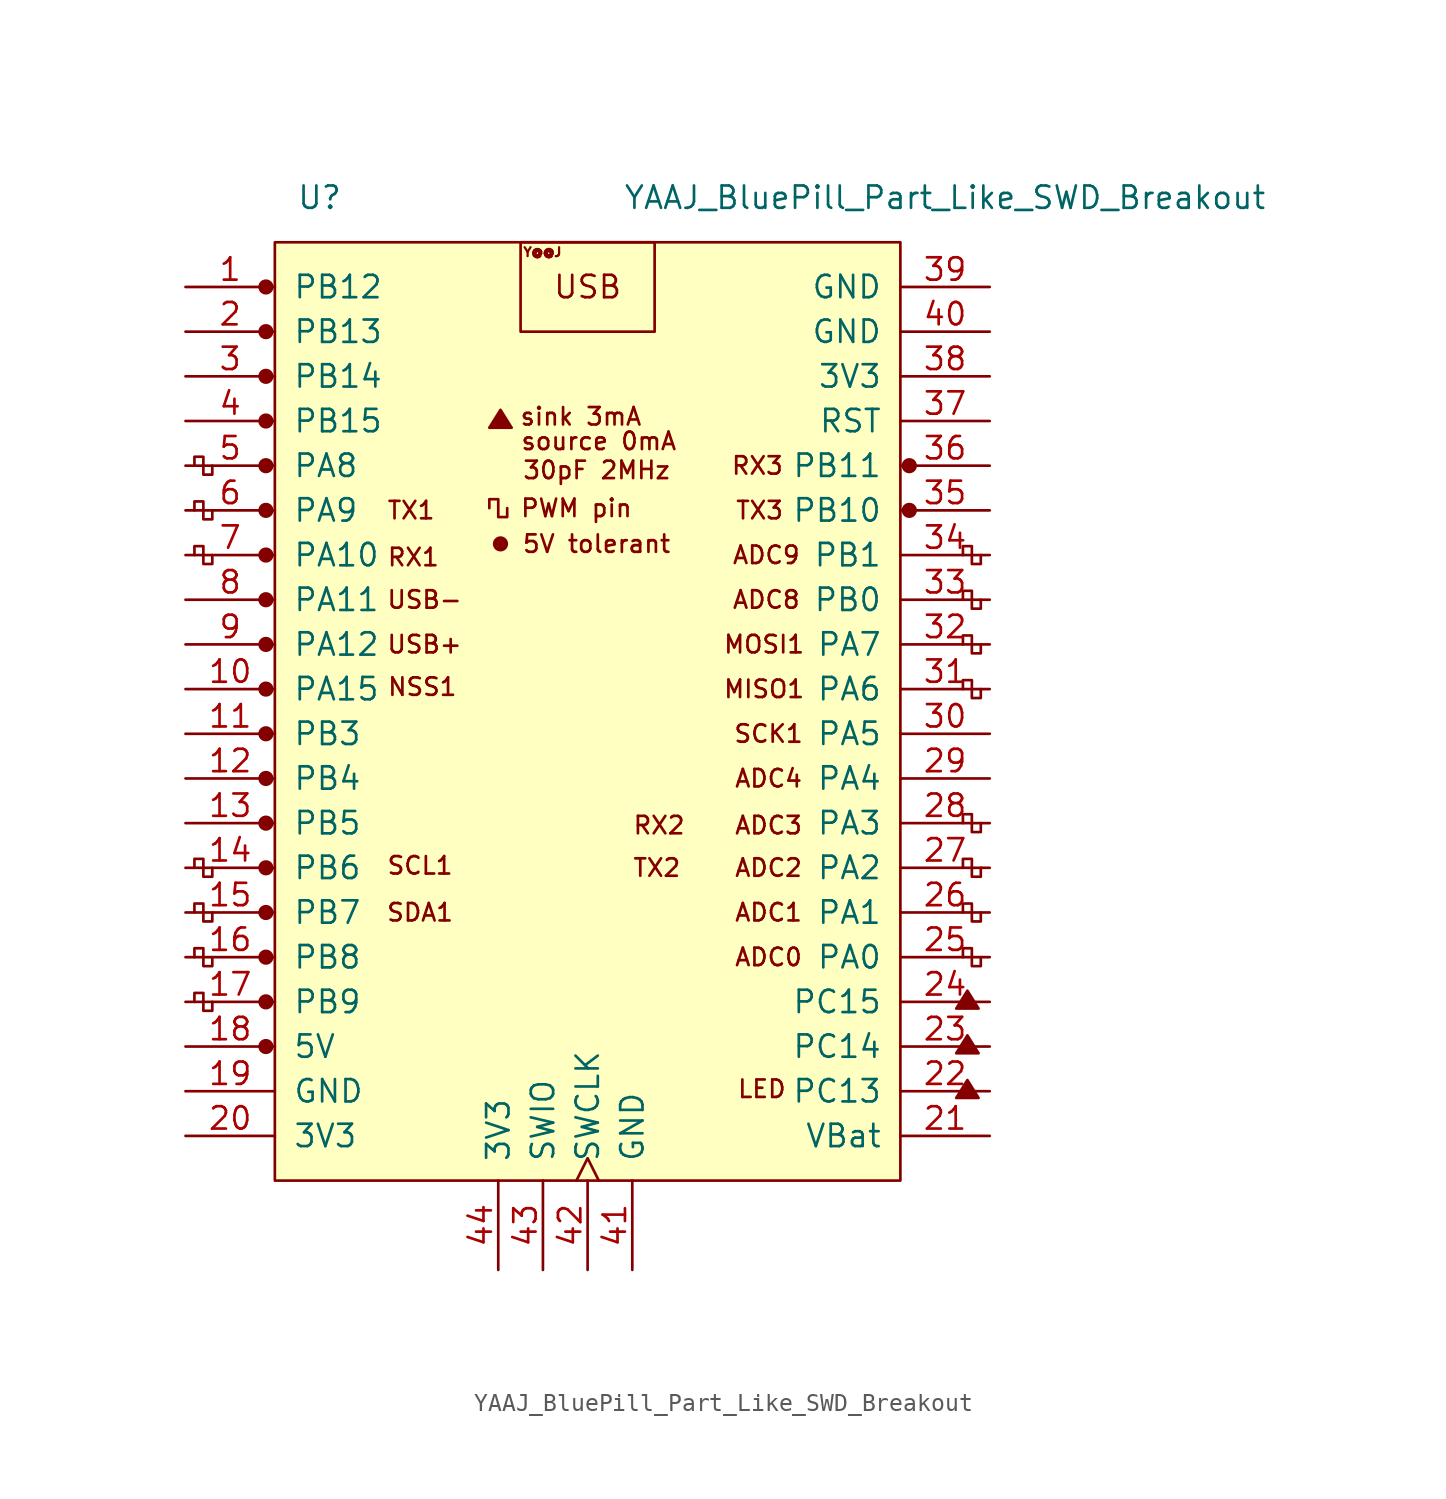
<source format=kicad_sym>
(kicad_symbol_lib
  (version 20211014)
  (generator kicad_symbol_editor)
  (symbol "YAAJ_BluePill_Part_Like_SWD_Breakout"
    (pin_names
      (offset 1.016))
    (property "Reference" "U"
      (at -15.24 27.94 0)
      (effects (font (size 1.27 1.27))))
    (property "Value" "YAAJ_BluePill_Part_Like_SWD_Breakout"
      (at 20.32 27.94 0)
      (effects (font (size 1.27 1.27))))
    (symbol "YAAJ_BluePill_Part_Like_SWD_Breakout_0_0"
      (circle (center -18.288 -20.32) (radius 0.356) (stroke (width 0) (type default) (color 0 0 0 0)) (fill (type outline)))
      (circle (center -18.288 -17.78) (radius 0.356) (stroke (width 0) (type default) (color 0 0 0 0)) (fill (type outline)))
      (circle (center -18.288 -15.24) (radius 0.356) (stroke (width 0) (type default) (color 0 0 0 0)) (fill (type outline)))
      (circle (center -18.288 -12.7) (radius 0.356) (stroke (width 0) (type default) (color 0 0 0 0)) (fill (type outline)))
      (circle (center -18.288 -10.16) (radius 0.356) (stroke (width 0) (type default) (color 0 0 0 0)) (fill (type outline)))
      (circle (center -18.288 -7.62) (radius 0.356) (stroke (width 0) (type default) (color 0 0 0 0)) (fill (type outline)))
      (circle (center -18.288 -5.08) (radius 0.356) (stroke (width 0) (type default) (color 0 0 0 0)) (fill (type outline)))
      (circle (center -18.288 -2.54) (radius 0.356) (stroke (width 0) (type default) (color 0 0 0 0)) (fill (type outline)))
      (circle (center -18.288 0) (radius 0.356) (stroke (width 0) (type default) (color 0 0 0 0)) (fill (type outline)))
      (circle (center -18.288 2.54) (radius 0.356) (stroke (width 0) (type default) (color 0 0 0 0)) (fill (type outline)))
      (circle (center -18.288 5.08) (radius 0.356) (stroke (width 0) (type default) (color 0 0 0 0)) (fill (type outline)))
      (circle (center -18.288 7.62) (radius 0.356) (stroke (width 0) (type default) (color 0 0 0 0)) (fill (type outline)))
      (circle (center -18.288 10.16) (radius 0.356) (stroke (width 0) (type default) (color 0 0 0 0)) (fill (type outline)))
      (circle (center -18.288 12.7) (radius 0.356) (stroke (width 0) (type default) (color 0 0 0 0)) (fill (type outline)))
      (circle (center -18.288 15.24) (radius 0.356) (stroke (width 0) (type default) (color 0 0 0 0)) (fill (type outline)))
      (circle (center -18.288 17.78) (radius 0.356) (stroke (width 0) (type default) (color 0 0 0 0)) (fill (type outline)))
      (circle (center -18.288 22.86) (radius 0.356) (stroke (width 0) (type default) (color 0 0 0 0)) (fill (type outline)))
      (circle (center -4.953 8.255) (radius 0.127) (stroke (width 0) (type default) (color 0 0 0 0)) (fill (type outline)))
      (circle (center -4.953 8.255) (radius 0.254) (stroke (width 0) (type default) (color 0 0 0 0)) (fill (type none)))
      (circle (center -4.953 8.255) (radius 0.356) (stroke (width 0) (type default) (color 0 0 0 0)) (fill (type none)))
      (polyline (pts (xy -5.588 14.859) (xy -4.953 15.875) (xy -4.318 14.859) (xy -5.588 14.859) (xy -4.953 15.748) (xy -4.445 14.859) (xy -5.461 14.986) (xy -4.953 15.621) (xy -4.572 14.859) (xy -5.334 15.113) (xy -4.826 15.494) (xy -4.699 14.859) (xy -5.207 15.24) (xy -4.699 15.367) (xy -4.826 14.986) (xy -5.08 15.24) (xy -4.826 15.113) (xy -4.953 15.367)) (stroke (width 0) (type default) (color 0 0 0 0)) (fill (type none)))
      (polyline (pts (xy 20.955 -23.241) (xy 21.59 -22.225) (xy 22.225 -23.241) (xy 20.955 -23.241) (xy 21.59 -22.352) (xy 22.098 -23.241) (xy 21.082 -23.114) (xy 21.59 -22.479) (xy 21.971 -23.241) (xy 21.209 -22.987) (xy 21.717 -22.606) (xy 21.844 -23.241) (xy 21.336 -22.86) (xy 21.844 -22.733) (xy 21.717 -23.114) (xy 21.463 -22.86) (xy 21.717 -22.987) (xy 21.59 -22.733)) (stroke (width 0) (type default) (color 0 0 0 0)) (fill (type none)))
      (polyline (pts (xy 20.955 -20.701) (xy 21.59 -19.685) (xy 22.225 -20.701) (xy 20.955 -20.701) (xy 21.59 -19.812) (xy 22.098 -20.701) (xy 21.082 -20.574) (xy 21.59 -19.939) (xy 21.971 -20.701) (xy 21.209 -20.447) (xy 21.717 -20.066) (xy 21.844 -20.701) (xy 21.336 -20.32) (xy 21.844 -20.193) (xy 21.717 -20.574) (xy 21.463 -20.32) (xy 21.717 -20.447) (xy 21.59 -20.193)) (stroke (width 0) (type default) (color 0 0 0 0)) (fill (type none)))
      (polyline (pts (xy 20.955 -18.161) (xy 21.59 -17.145) (xy 22.225 -18.161) (xy 20.955 -18.161) (xy 21.59 -17.272) (xy 22.098 -18.161) (xy 21.082 -18.034) (xy 21.59 -17.399) (xy 21.971 -18.161) (xy 21.209 -17.907) (xy 21.717 -17.526) (xy 21.844 -18.161) (xy 21.336 -17.78) (xy 21.844 -17.653) (xy 21.717 -18.034) (xy 21.463 -17.78) (xy 21.717 -17.907) (xy 21.59 -17.653)) (stroke (width 0) (type default) (color 0 0 0 0)) (fill (type none)))
      (circle (center 18.288 10.16) (radius 0.254) (stroke (width 0) (type default) (color 0 0 0 0)) (fill (type outline)))
      (circle (center 18.288 10.16) (radius 0.356) (stroke (width 0) (type default) (color 0 0 0 0)) (fill (type none)))
      (circle (center 18.288 12.7) (radius 0.254) (stroke (width 0) (type default) (color 0 0 0 0)) (fill (type outline)))
      (circle (center 18.288 12.7) (radius 0.356) (stroke (width 0) (type default) (color 0 0 0 0)) (fill (type none)))
      (text "30pF 2MHz" (at 0.508 12.446 0) (effects (font (size 0.991 0.991))))
      (text "5V tolerant" (at 0.508 8.255 0) (effects (font (size 0.991 0.991))))
      (text "ADC0" (at 10.287 -15.24 0) (effects (font (size 0.991 0.991))))
      (text "ADC1" (at 10.287 -12.7 0) (effects (font (size 0.991 0.991))))
      (text "ADC2" (at 10.287 -10.16 0) (effects (font (size 0.991 0.991))))
      (text "ADC3" (at 10.287 -7.747 0) (effects (font (size 0.991 0.991))))
      (text "ADC4" (at 10.287 -5.08 0) (effects (font (size 0.991 0.991))))
      (text "ADC8" (at 10.16 5.08 0) (effects (font (size 0.991 0.991))))
      (text "ADC9" (at 10.16 7.62 0) (effects (font (size 0.991 0.991))))
      (text "LED" (at 9.906 -22.733 0) (effects (font (size 0.991 0.991))))
      (text "MISO1" (at 10.033 0 0) (effects (font (size 0.991 0.991))))
      (text "MOSI1" (at 10.033 2.54 0) (effects (font (size 0.991 0.991))))
      (text "NSS1" (at -9.398 0.127 0) (effects (font (size 0.991 0.991))))
      (text "PWM pin" (at -0.635 10.287 0) (effects (font (size 0.991 0.991))))
      (text "RX1" (at -9.906 7.493 0) (effects (font (size 0.991 0.991))))
      (text "RX2" (at 4.064 -7.747 0) (effects (font (size 0.991 0.991))))
      (text "RX3" (at 9.652 12.7 0) (effects (font (size 0.991 0.991))))
      (text "SCK1" (at 10.287 -2.54 0) (effects (font (size 0.991 0.991))))
      (text "SCL1" (at -9.525 -10.033 0) (effects (font (size 0.991 0.991))))
      (text "SDA1" (at -9.525 -12.7 0) (effects (font (size 0.991 0.991))))
      (text "sink 3mA" (at -0.381 15.494 0) (effects (font (size 0.991 0.991))))
      (text "source 0mA" (at 0.635 14.097 0) (effects (font (size 0.991 0.991))))
      (text "TX1" (at -10.033 10.16 0) (effects (font (size 0.991 0.991))))
      (text "TX2" (at 3.937 -10.16 0) (effects (font (size 0.991 0.991))))
      (text "TX3" (at 9.779 10.16 0) (effects (font (size 0.991 0.991))))
      (text "USB" (at 0 22.86 0) (effects (font (size 1.27 1.27))))
      (text "USB+" (at -9.271 2.54 0) (effects (font (size 0.991 0.991))))
      (text "USB-" (at -9.271 5.08 0) (effects (font (size 0.991 0.991))))
      (text "Y@@J" (at -2.565 24.841 0) (effects (font (size 0.508 0.508)))))
    (symbol "YAAJ_BluePill_Part_Like_SWD_Breakout_0_1"
      (rectangle (start -17.78 25.4) (end 17.78 -27.94) (stroke (width 0) (type default) (color 0 0 0 0)) (fill (type background)))
      (polyline (pts (xy -21.336 -17.78) (xy -21.336 -18.288) (xy -21.844 -18.288) (xy -21.844 -17.272) (xy -22.352 -17.272) (xy -22.352 -17.78)) (stroke (width 0) (type default) (color 0 0 0 0)) (fill (type none)))
      (polyline (pts (xy -21.336 -15.24) (xy -21.336 -15.748) (xy -21.844 -15.748) (xy -21.844 -14.732) (xy -22.352 -14.732) (xy -22.352 -15.24)) (stroke (width 0) (type default) (color 0 0 0 0)) (fill (type none)))
      (polyline (pts (xy -21.336 -12.7) (xy -21.336 -13.208) (xy -21.844 -13.208) (xy -21.844 -12.192) (xy -22.352 -12.192) (xy -22.352 -12.7)) (stroke (width 0) (type default) (color 0 0 0 0)) (fill (type none)))
      (polyline (pts (xy -21.336 -10.16) (xy -21.336 -10.668) (xy -21.844 -10.668) (xy -21.844 -9.652) (xy -22.352 -9.652) (xy -22.352 -10.16)) (stroke (width 0) (type default) (color 0 0 0 0)) (fill (type none)))
      (polyline (pts (xy -21.336 7.62) (xy -21.336 7.112) (xy -21.844 7.112) (xy -21.844 8.128) (xy -22.352 8.128) (xy -22.352 7.62)) (stroke (width 0) (type default) (color 0 0 0 0)) (fill (type none)))
      (polyline (pts (xy -21.336 10.16) (xy -21.336 9.652) (xy -21.844 9.652) (xy -21.844 10.668) (xy -22.352 10.668) (xy -22.352 10.16)) (stroke (width 0) (type default) (color 0 0 0 0)) (fill (type none)))
      (polyline (pts (xy -21.336 12.7) (xy -21.336 12.192) (xy -21.844 12.192) (xy -21.844 13.208) (xy -22.352 13.208) (xy -22.352 12.7)) (stroke (width 0) (type default) (color 0 0 0 0)) (fill (type none)))
      (polyline (pts (xy -4.572 10.287) (xy -4.572 9.779) (xy -5.08 9.779) (xy -5.08 10.795) (xy -5.588 10.795) (xy -5.588 10.287)) (stroke (width 0) (type default) (color 0 0 0 0)) (fill (type none)))
      (polyline (pts (xy 22.352 -15.24) (xy 22.352 -15.748) (xy 21.844 -15.748) (xy 21.844 -14.732) (xy 21.336 -14.732) (xy 21.336 -15.24)) (stroke (width 0) (type default) (color 0 0 0 0)) (fill (type none)))
      (polyline (pts (xy 22.352 -12.7) (xy 22.352 -13.208) (xy 21.844 -13.208) (xy 21.844 -12.192) (xy 21.336 -12.192) (xy 21.336 -12.7)) (stroke (width 0) (type default) (color 0 0 0 0)) (fill (type none)))
      (polyline (pts (xy 22.352 -10.16) (xy 22.352 -10.668) (xy 21.844 -10.668) (xy 21.844 -9.652) (xy 21.336 -9.652) (xy 21.336 -10.16)) (stroke (width 0) (type default) (color 0 0 0 0)) (fill (type none)))
      (polyline (pts (xy 22.352 -7.62) (xy 22.352 -8.128) (xy 21.844 -8.128) (xy 21.844 -7.112) (xy 21.336 -7.112) (xy 21.336 -7.62)) (stroke (width 0) (type default) (color 0 0 0 0)) (fill (type none)))
      (polyline (pts (xy 22.352 0) (xy 22.352 -0.508) (xy 21.844 -0.508) (xy 21.844 0.508) (xy 21.336 0.508) (xy 21.336 0)) (stroke (width 0) (type default) (color 0 0 0 0)) (fill (type none)))
      (polyline (pts (xy 22.352 2.54) (xy 22.352 2.032) (xy 21.844 2.032) (xy 21.844 3.048) (xy 21.336 3.048) (xy 21.336 2.54)) (stroke (width 0) (type default) (color 0 0 0 0)) (fill (type none)))
      (polyline (pts (xy 22.352 5.08) (xy 22.352 4.572) (xy 21.844 4.572) (xy 21.844 5.588) (xy 21.336 5.588) (xy 21.336 5.08)) (stroke (width 0) (type default) (color 0 0 0 0)) (fill (type none)))
      (polyline (pts (xy 22.352 7.62) (xy 22.352 7.112) (xy 21.844 7.112) (xy 21.844 8.128) (xy 21.336 8.128) (xy 21.336 7.62)) (stroke (width 0) (type default) (color 0 0 0 0)) (fill (type none)))
      (rectangle (start 3.81 25.4) (end -3.81 20.32) (stroke (width 0) (type default) (color 0 0 0 0)) (fill (type none))))
    (symbol "YAAJ_BluePill_Part_Like_SWD_Breakout_1_1"
      (circle (center -18.288 20.32) (radius 0.356) (stroke (width 0) (type default) (color 0 0 0 0)) (fill (type outline)))
      (pin bidirectional line (at -22.86 22.86 0) (length 5.08) (name "PB12" (effects (font (size 1.27 1.27)))) (number "1" (effects (font (size 1.27 1.27)))))
      (pin bidirectional line (at -22.86 0 0) (length 5.08) (name "PA15" (effects (font (size 1.27 1.27)))) (number "10" (effects (font (size 1.27 1.27)))))
      (pin bidirectional line (at -22.86 -2.54 0) (length 5.08) (name "PB3" (effects (font (size 1.27 1.27)))) (number "11" (effects (font (size 1.27 1.27)))))
      (pin bidirectional line (at -22.86 -5.08 0) (length 5.08) (name "PB4" (effects (font (size 1.27 1.27)))) (number "12" (effects (font (size 1.27 1.27)))))
      (pin bidirectional line (at -22.86 -7.62 0) (length 5.08) (name "PB5" (effects (font (size 1.27 1.27)))) (number "13" (effects (font (size 1.27 1.27)))))
      (pin bidirectional line (at -22.86 -10.16 0) (length 5.08) (name "PB6" (effects (font (size 1.27 1.27)))) (number "14" (effects (font (size 1.27 1.27)))))
      (pin bidirectional line (at -22.86 -12.7 0) (length 5.08) (name "PB7" (effects (font (size 1.27 1.27)))) (number "15" (effects (font (size 1.27 1.27)))))
      (pin bidirectional line (at -22.86 -15.24 0) (length 5.08) (name "PB8" (effects (font (size 1.27 1.27)))) (number "16" (effects (font (size 1.27 1.27)))))
      (pin bidirectional line (at -22.86 -17.78 0) (length 5.08) (name "PB9" (effects (font (size 1.27 1.27)))) (number "17" (effects (font (size 1.27 1.27)))))
      (pin power_in line (at -22.86 -20.32 0) (length 5.08) (name "5V" (effects (font (size 1.27 1.27)))) (number "18" (effects (font (size 1.27 1.27)))))
      (pin power_in line (at -22.86 -22.86 0) (length 5.08) (name "GND" (effects (font (size 1.27 1.27)))) (number "19" (effects (font (size 1.27 1.27)))))
      (pin bidirectional line (at -22.86 20.32 0) (length 5.08) (name "PB13" (effects (font (size 1.27 1.27)))) (number "2" (effects (font (size 1.27 1.27)))))
      (pin power_in line (at -22.86 -25.4 0) (length 5.08) (name "3V3" (effects (font (size 1.27 1.27)))) (number "20" (effects (font (size 1.27 1.27)))))
      (pin power_in line (at 22.86 -25.4 180) (length 5.08) (name "VBat" (effects (font (size 1.27 1.27)))) (number "21" (effects (font (size 1.27 1.27)))))
      (pin bidirectional line (at 22.86 -22.86 180) (length 5.08) (name "PC13" (effects (font (size 1.27 1.27)))) (number "22" (effects (font (size 1.27 1.27)))))
      (pin bidirectional line (at 22.86 -20.32 180) (length 5.08) (name "PC14" (effects (font (size 1.27 1.27)))) (number "23" (effects (font (size 1.27 1.27)))))
      (pin bidirectional line (at 22.86 -17.78 180) (length 5.08) (name "PC15" (effects (font (size 1.27 1.27)))) (number "24" (effects (font (size 1.27 1.27)))))
      (pin bidirectional line (at 22.86 -15.24 180) (length 5.08) (name "PA0" (effects (font (size 1.27 1.27)))) (number "25" (effects (font (size 1.27 1.27)))))
      (pin bidirectional line (at 22.86 -12.7 180) (length 5.08) (name "PA1" (effects (font (size 1.27 1.27)))) (number "26" (effects (font (size 1.27 1.27)))))
      (pin bidirectional line (at 22.86 -10.16 180) (length 5.08) (name "PA2" (effects (font (size 1.27 1.27)))) (number "27" (effects (font (size 1.27 1.27)))))
      (pin bidirectional line (at 22.86 -7.62 180) (length 5.08) (name "PA3" (effects (font (size 1.27 1.27)))) (number "28" (effects (font (size 1.27 1.27)))))
      (pin bidirectional line (at 22.86 -5.08 180) (length 5.08) (name "PA4" (effects (font (size 1.27 1.27)))) (number "29" (effects (font (size 1.27 1.27)))))
      (pin bidirectional line (at -22.86 17.78 0) (length 5.08) (name "PB14" (effects (font (size 1.27 1.27)))) (number "3" (effects (font (size 1.27 1.27)))))
      (pin bidirectional line (at 22.86 -2.54 180) (length 5.08) (name "PA5" (effects (font (size 1.27 1.27)))) (number "30" (effects (font (size 1.27 1.27)))))
      (pin bidirectional line (at 22.86 0 180) (length 5.08) (name "PA6" (effects (font (size 1.27 1.27)))) (number "31" (effects (font (size 1.27 1.27)))))
      (pin bidirectional line (at 22.86 2.54 180) (length 5.08) (name "PA7" (effects (font (size 1.27 1.27)))) (number "32" (effects (font (size 1.27 1.27)))))
      (pin bidirectional line (at 22.86 5.08 180) (length 5.08) (name "PB0" (effects (font (size 1.27 1.27)))) (number "33" (effects (font (size 1.27 1.27)))))
      (pin bidirectional line (at 22.86 7.62 180) (length 5.08) (name "PB1" (effects (font (size 1.27 1.27)))) (number "34" (effects (font (size 1.27 1.27)))))
      (pin bidirectional line (at 22.86 10.16 180) (length 5.08) (name "PB10" (effects (font (size 1.27 1.27)))) (number "35" (effects (font (size 1.27 1.27)))))
      (pin bidirectional line (at 22.86 12.7 180) (length 5.08) (name "PB11" (effects (font (size 1.27 1.27)))) (number "36" (effects (font (size 1.27 1.27)))))
      (pin input line (at 22.86 15.24 180) (length 5.08) (name "RST" (effects (font (size 1.27 1.27)))) (number "37" (effects (font (size 1.27 1.27)))))
      (pin power_in line (at 22.86 17.78 180) (length 5.08) (name "3V3" (effects (font (size 1.27 1.27)))) (number "38" (effects (font (size 1.27 1.27)))))
      (pin power_in line (at 22.86 22.86 180) (length 5.08) (name "GND" (effects (font (size 1.27 1.27)))) (number "39" (effects (font (size 1.27 1.27)))))
      (pin bidirectional line (at -22.86 15.24 0) (length 5.08) (name "PB15" (effects (font (size 1.27 1.27)))) (number "4" (effects (font (size 1.27 1.27)))))
      (pin power_in line (at 22.86 20.32 180) (length 5.08) (name "GND" (effects (font (size 1.27 1.27)))) (number "40" (effects (font (size 1.27 1.27)))))
      (pin power_in line (at 2.54 -33.02 90) (length 5.08) (name "GND" (effects (font (size 1.27 1.27)))) (number "41" (effects (font (size 1.27 1.27)))))
      (pin bidirectional clock (at 0 -33.02 90) (length 5.08) (name "SWCLK" (effects (font (size 1.27 1.27)))) (number "42" (effects (font (size 1.27 1.27)))))
      (pin bidirectional line (at -2.54 -33.02 90) (length 5.08) (name "SWIO" (effects (font (size 1.27 1.27)))) (number "43" (effects (font (size 1.27 1.27)))))
      (pin power_in line (at -5.08 -33.02 90) (length 5.08) (name "3V3" (effects (font (size 1.27 1.27)))) (number "44" (effects (font (size 1.27 1.27)))))
      (pin bidirectional line (at -22.86 12.7 0) (length 5.08) (name "PA8" (effects (font (size 1.27 1.27)))) (number "5" (effects (font (size 1.27 1.27)))))
      (pin bidirectional line (at -22.86 10.16 0) (length 5.08) (name "PA9" (effects (font (size 1.27 1.27)))) (number "6" (effects (font (size 1.27 1.27)))))
      (pin bidirectional line (at -22.86 7.62 0) (length 5.08) (name "PA10" (effects (font (size 1.27 1.27)))) (number "7" (effects (font (size 1.27 1.27)))))
      (pin bidirectional line (at -22.86 5.08 0) (length 5.08) (name "PA11" (effects (font (size 1.27 1.27)))) (number "8" (effects (font (size 1.27 1.27)))))
      (pin bidirectional line (at -22.86 2.54 0) (length 5.08) (name "PA12" (effects (font (size 1.27 1.27)))) (number "9" (effects (font (size 1.27 1.27))))))))
</source>
